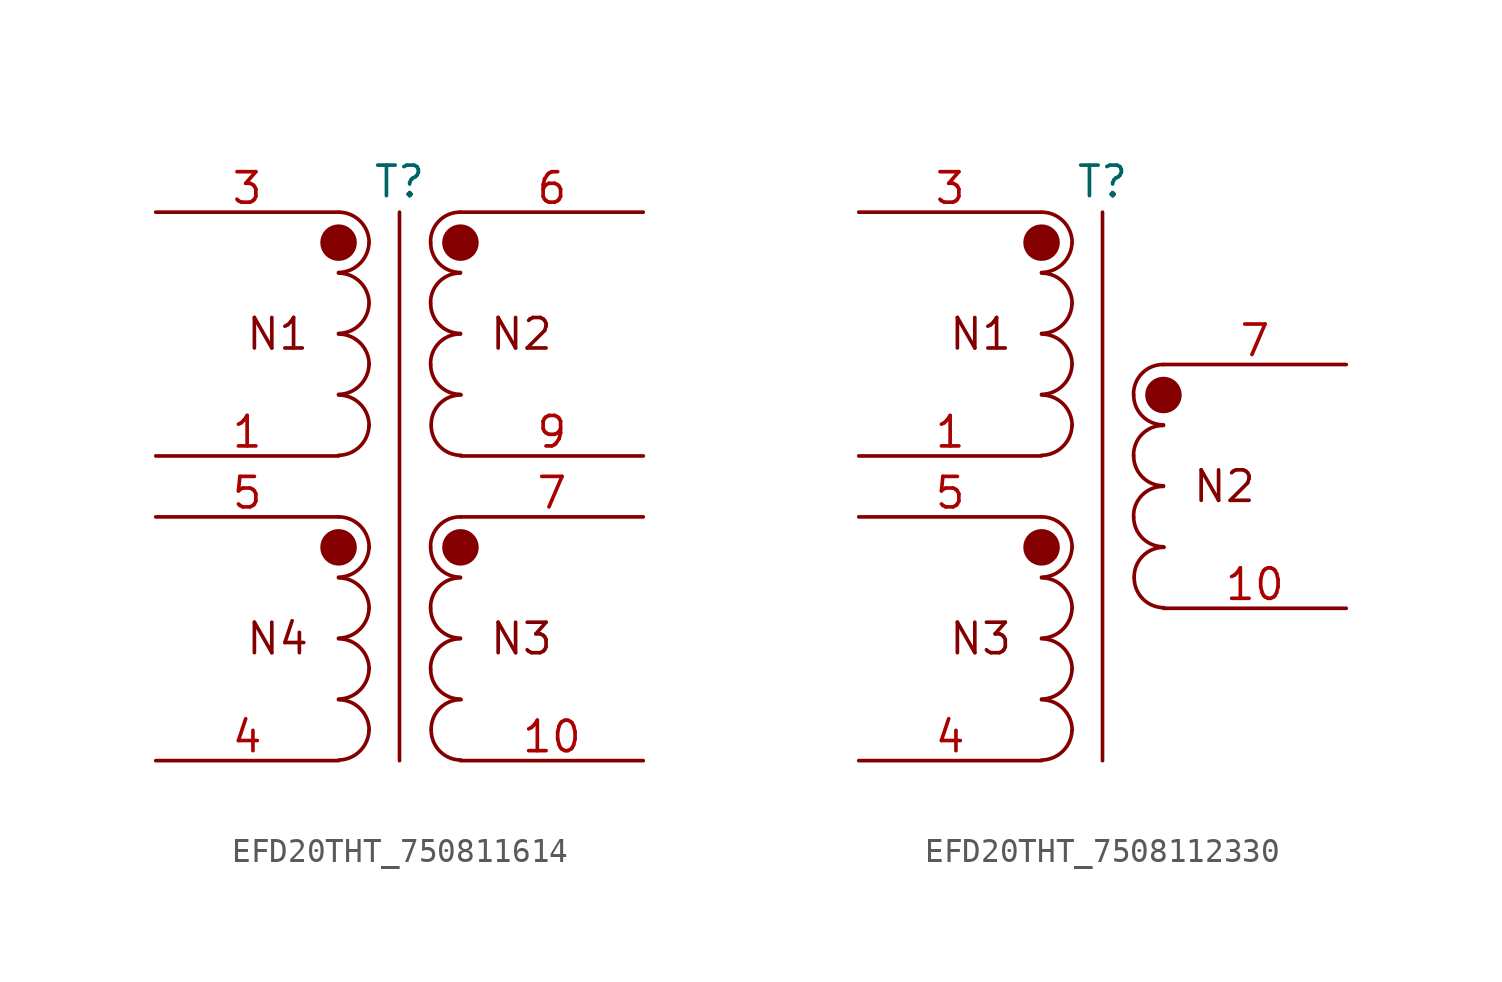
<source format=kicad_sym>
(kicad_symbol_lib
  (version 20220914)
  (generator kicad_symbol_editor)
  (symbol "EFD20THT_750811614"
    (pin_names hide)
    (property "Reference" "T"
      (at 0 12.7 0)
      (effects (font (size 1.27 1.27))))
    (symbol "EFD20THT_750811614_0_1"
      (arc (start -2.54 -11.4046) (mid -1.6561 -11.0363) (end -1.27 -10.16) (stroke (width 0) (type default)) (fill (type none)))
      (arc (start -2.54 -8.8646) (mid -1.6561 -8.4963) (end -1.27 -7.62) (stroke (width 0) (type default)) (fill (type none)))
      (arc (start -2.54 -6.3246) (mid -1.6561 -5.9563) (end -1.27 -5.08) (stroke (width 0) (type default)) (fill (type none)))
      (arc (start -2.54 -3.7846) (mid -1.6561 -3.4163) (end -1.27 -2.54) (stroke (width 0) (type default)) (fill (type none)))
      (arc (start -2.54 1.2954) (mid -1.6561 1.6637) (end -1.27 2.54) (stroke (width 0) (type default)) (fill (type none)))
      (arc (start -2.54 3.8354) (mid -1.6561 4.2037) (end -1.27 5.08) (stroke (width 0) (type default)) (fill (type none)))
      (arc (start -2.54 6.3754) (mid -1.6561 6.7437) (end -1.27 7.62) (stroke (width 0) (type default)) (fill (type none)))
      (arc (start -2.54 8.9154) (mid -1.6561 9.2837) (end -1.27 10.16) (stroke (width 0) (type default)) (fill (type none)))
      (arc (start -1.27 -10.16) (mid -1.642 -9.262) (end -2.54 -8.89) (stroke (width 0) (type default)) (fill (type none)))
      (arc (start -1.27 -7.62) (mid -1.642 -6.722) (end -2.54 -6.35) (stroke (width 0) (type default)) (fill (type none)))
      (arc (start -1.27 -5.08) (mid -1.642 -4.182) (end -2.54 -3.81) (stroke (width 0) (type default)) (fill (type none)))
      (arc (start -1.27 -2.54) (mid -1.642 -1.642) (end -2.54 -1.27) (stroke (width 0) (type default)) (fill (type none)))
      (arc (start -1.27 2.54) (mid -1.642 3.438) (end -2.54 3.81) (stroke (width 0) (type default)) (fill (type none)))
      (arc (start -1.27 5.08) (mid -1.642 5.978) (end -2.54 6.35) (stroke (width 0) (type default)) (fill (type none)))
      (arc (start -1.27 7.62) (mid -1.642 8.518) (end -2.54 8.89) (stroke (width 0) (type default)) (fill (type none)))
      (arc (start -1.27 10.16) (mid -1.642 11.058) (end -2.54 11.43) (stroke (width 0) (type default)) (fill (type none)))
      (polyline (pts (xy 0 11.43) (xy 0 -11.43)) (stroke (width 0) (type default)) (fill (type none)))
      (arc (start 1.2954 -7.62) (mid 1.6599 -8.5001) (end 2.54 -8.8646) (stroke (width 0) (type default)) (fill (type none)))
      (arc (start 1.2954 -5.08) (mid 1.6599 -5.9601) (end 2.54 -6.3246) (stroke (width 0) (type default)) (fill (type none)))
      (arc (start 1.2954 -2.54) (mid 1.6599 -3.4201) (end 2.54 -3.7846) (stroke (width 0) (type default)) (fill (type none)))
      (arc (start 1.2954 5.08) (mid 1.6599 4.1999) (end 2.54 3.8354) (stroke (width 0) (type default)) (fill (type none)))
      (arc (start 1.2954 7.62) (mid 1.6599 6.7399) (end 2.54 6.3754) (stroke (width 0) (type default)) (fill (type none)))
      (arc (start 1.2954 10.16) (mid 1.6599 9.2799) (end 2.54 8.9154) (stroke (width 0) (type default)) (fill (type none)))
      (arc (start 1.3208 -10.16) (mid 1.6854 -11.0399) (end 2.5654 -11.4046) (stroke (width 0) (type default)) (fill (type none)))
      (arc (start 1.3208 2.54) (mid 1.6855 1.6601) (end 2.5654 1.2954) (stroke (width 0) (type default)) (fill (type none)))
      (arc (start 2.54 -6.35) (mid 1.6458 -6.7185) (end 1.2954 -7.62) (stroke (width 0) (type default)) (fill (type none)))
      (arc (start 2.54 -3.81) (mid 1.6458 -4.1785) (end 1.2954 -5.08) (stroke (width 0) (type default)) (fill (type none)))
      (arc (start 2.54 -1.27) (mid 1.6458 -1.6385) (end 1.2954 -2.54) (stroke (width 0) (type default)) (fill (type none)))
      (arc (start 2.54 6.35) (mid 1.6458 5.9815) (end 1.2954 5.08) (stroke (width 0) (type default)) (fill (type none)))
      (arc (start 2.54 8.89) (mid 1.6458 8.5215) (end 1.2954 7.62) (stroke (width 0) (type default)) (fill (type none)))
      (arc (start 2.54 11.43) (mid 1.6458 11.0615) (end 1.2954 10.16) (stroke (width 0) (type default)) (fill (type none)))
      (arc (start 2.5654 -8.89) (mid 1.6709 -9.2583) (end 1.3208 -10.16) (stroke (width 0) (type default)) (fill (type none)))
      (arc (start 2.5654 3.81) (mid 1.6709 3.4417) (end 1.3208 2.54) (stroke (width 0) (type default)) (fill (type none))))
    (symbol "EFD20THT_750811614_1_1"
      (circle (center -2.54 -2.54) (radius 0.0001) (stroke (width 0.762) (type default)) (fill (type none)))
      (circle (center -2.54 10.16) (radius 0.0001) (stroke (width 0.762) (type default)) (fill (type none)))
      (circle (center 2.54 -2.54) (radius 0.0001) (stroke (width 0.762) (type default)) (fill (type none)))
      (circle (center 2.54 10.16) (radius 0.0001) (stroke (width 0.762) (type default)) (fill (type none)))
      (text "N1" (at -5.08 6.35 0) (effects (font (size 1.27 1.27))))
      (text "N2" (at 5.08 6.35 0) (effects (font (size 1.27 1.27))))
      (text "N3" (at 5.08 -6.35 0) (effects (font (size 1.27 1.27))))
      (text "N4" (at -5.08 -6.35 0) (effects (font (size 1.27 1.27))))
      (pin passive line (at -10.16 1.27 0) (length 7.62) (name "1" (effects (font (size 1.27 1.27)))) (number "1" (effects (font (size 1.27 1.27)))))
      (pin passive line (at 10.16 -11.43 180) (length 7.62) (name "10" (effects (font (size 1.27 1.27)))) (number "10" (effects (font (size 1.27 1.27)))))
      (pin passive line (at -10.16 11.43 0) (length 7.62) (name "3" (effects (font (size 1.27 1.27)))) (number "3" (effects (font (size 1.27 1.27)))))
      (pin passive line (at -10.16 -11.43 0) (length 7.62) (name "4" (effects (font (size 1.27 1.27)))) (number "4" (effects (font (size 1.27 1.27)))))
      (pin passive line (at -10.16 -1.27 0) (length 7.62) (name "5" (effects (font (size 1.27 1.27)))) (number "5" (effects (font (size 1.27 1.27)))))
      (pin passive line (at 10.16 11.43 180) (length 7.62) (name "6" (effects (font (size 1.27 1.27)))) (number "6" (effects (font (size 1.27 1.27)))))
      (pin passive line (at 10.16 -1.27 180) (length 7.62) (name "7" (effects (font (size 1.27 1.27)))) (number "7" (effects (font (size 1.27 1.27)))))
      (pin passive line (at 10.16 1.27 180) (length 7.62) (name "9" (effects (font (size 1.27 1.27)))) (number "9" (effects (font (size 1.27 1.27)))))))
  (symbol "EFD20THT_7508112330"
    (pin_names hide)
    (property "Reference" "T"
      (at 0 12.7 0)
      (effects (font (size 1.27 1.27))))
    (symbol "EFD20THT_7508112330_0_1"
      (arc (start -2.54 -11.4046) (mid -1.6561 -11.0363) (end -1.27 -10.16) (stroke (width 0) (type default)) (fill (type none)))
      (arc (start -2.54 -8.8646) (mid -1.6561 -8.4963) (end -1.27 -7.62) (stroke (width 0) (type default)) (fill (type none)))
      (arc (start -2.54 -6.3246) (mid -1.6561 -5.9563) (end -1.27 -5.08) (stroke (width 0) (type default)) (fill (type none)))
      (arc (start -2.54 -3.7846) (mid -1.6561 -3.4163) (end -1.27 -2.54) (stroke (width 0) (type default)) (fill (type none)))
      (arc (start -2.54 1.2954) (mid -1.6561 1.6637) (end -1.27 2.54) (stroke (width 0) (type default)) (fill (type none)))
      (arc (start -2.54 3.8354) (mid -1.6561 4.2037) (end -1.27 5.08) (stroke (width 0) (type default)) (fill (type none)))
      (arc (start -2.54 6.3754) (mid -1.6561 6.7437) (end -1.27 7.62) (stroke (width 0) (type default)) (fill (type none)))
      (arc (start -2.54 8.9154) (mid -1.6561 9.2837) (end -1.27 10.16) (stroke (width 0) (type default)) (fill (type none)))
      (arc (start -1.27 -10.16) (mid -1.642 -9.262) (end -2.54 -8.89) (stroke (width 0) (type default)) (fill (type none)))
      (arc (start -1.27 -7.62) (mid -1.642 -6.722) (end -2.54 -6.35) (stroke (width 0) (type default)) (fill (type none)))
      (arc (start -1.27 -5.08) (mid -1.642 -4.182) (end -2.54 -3.81) (stroke (width 0) (type default)) (fill (type none)))
      (arc (start -1.27 -2.54) (mid -1.642 -1.642) (end -2.54 -1.27) (stroke (width 0) (type default)) (fill (type none)))
      (arc (start -1.27 2.54) (mid -1.642 3.438) (end -2.54 3.81) (stroke (width 0) (type default)) (fill (type none)))
      (arc (start -1.27 5.08) (mid -1.642 5.978) (end -2.54 6.35) (stroke (width 0) (type default)) (fill (type none)))
      (arc (start -1.27 7.62) (mid -1.642 8.518) (end -2.54 8.89) (stroke (width 0) (type default)) (fill (type none)))
      (arc (start -1.27 10.16) (mid -1.642 11.058) (end -2.54 11.43) (stroke (width 0) (type default)) (fill (type none)))
      (polyline (pts (xy 0 11.43) (xy 0 -11.43)) (stroke (width 0) (type default)) (fill (type none)))
      (arc (start 1.2954 -1.27) (mid 1.6599 -2.1501) (end 2.54 -2.5146) (stroke (width 0) (type default)) (fill (type none)))
      (arc (start 1.2954 1.27) (mid 1.6599 0.3899) (end 2.54 0.0254) (stroke (width 0) (type default)) (fill (type none)))
      (arc (start 1.2954 3.81) (mid 1.6599 2.9299) (end 2.54 2.5654) (stroke (width 0) (type default)) (fill (type none)))
      (arc (start 1.3208 -3.81) (mid 1.6853 -4.6901) (end 2.5654 -5.0546) (stroke (width 0) (type default)) (fill (type none)))
      (arc (start 2.54 0) (mid 1.642 -0.372) (end 1.2954 -1.27) (stroke (width 0) (type default)) (fill (type none)))
      (arc (start 2.54 2.54) (mid 1.642 2.168) (end 1.2954 1.27) (stroke (width 0) (type default)) (fill (type none)))
      (arc (start 2.54 5.08) (mid 1.642 4.708) (end 1.2954 3.81) (stroke (width 0) (type default)) (fill (type none)))
      (arc (start 2.5654 -2.54) (mid 1.6674 -2.912) (end 1.3208 -3.81) (stroke (width 0) (type default)) (fill (type none))))
    (symbol "EFD20THT_7508112330_1_1"
      (circle (center -2.54 -2.54) (radius 0.0001) (stroke (width 0.762) (type default)) (fill (type none)))
      (circle (center -2.54 10.16) (radius 0.0001) (stroke (width 0.762) (type default)) (fill (type none)))
      (circle (center 2.54 3.81) (radius 0.0001) (stroke (width 0.762) (type default)) (fill (type none)))
      (text "N1" (at -5.08 6.35 0) (effects (font (size 1.27 1.27))))
      (text "N2" (at 5.08 0 0) (effects (font (size 1.27 1.27))))
      (text "N3" (at -5.08 -6.35 0) (effects (font (size 1.27 1.27))))
      (pin passive line (at -10.16 1.27 0) (length 7.62) (name "1" (effects (font (size 1.27 1.27)))) (number "1" (effects (font (size 1.27 1.27)))))
      (pin passive line (at 10.16 -5.08 180) (length 7.62) (name "10" (effects (font (size 1.27 1.27)))) (number "10" (effects (font (size 1.27 1.27)))))
      (pin passive line (at -10.16 11.43 0) (length 7.62) (name "3" (effects (font (size 1.27 1.27)))) (number "3" (effects (font (size 1.27 1.27)))))
      (pin passive line (at -10.16 -11.43 0) (length 7.62) (name "4" (effects (font (size 1.27 1.27)))) (number "4" (effects (font (size 1.27 1.27)))))
      (pin passive line (at -10.16 -1.27 0) (length 7.62) (name "5" (effects (font (size 1.27 1.27)))) (number "5" (effects (font (size 1.27 1.27)))))
      (pin passive line (at 10.16 5.08 180) (length 7.62) (name "7" (effects (font (size 1.27 1.27)))) (number "7" (effects (font (size 1.27 1.27))))))))
</source>
